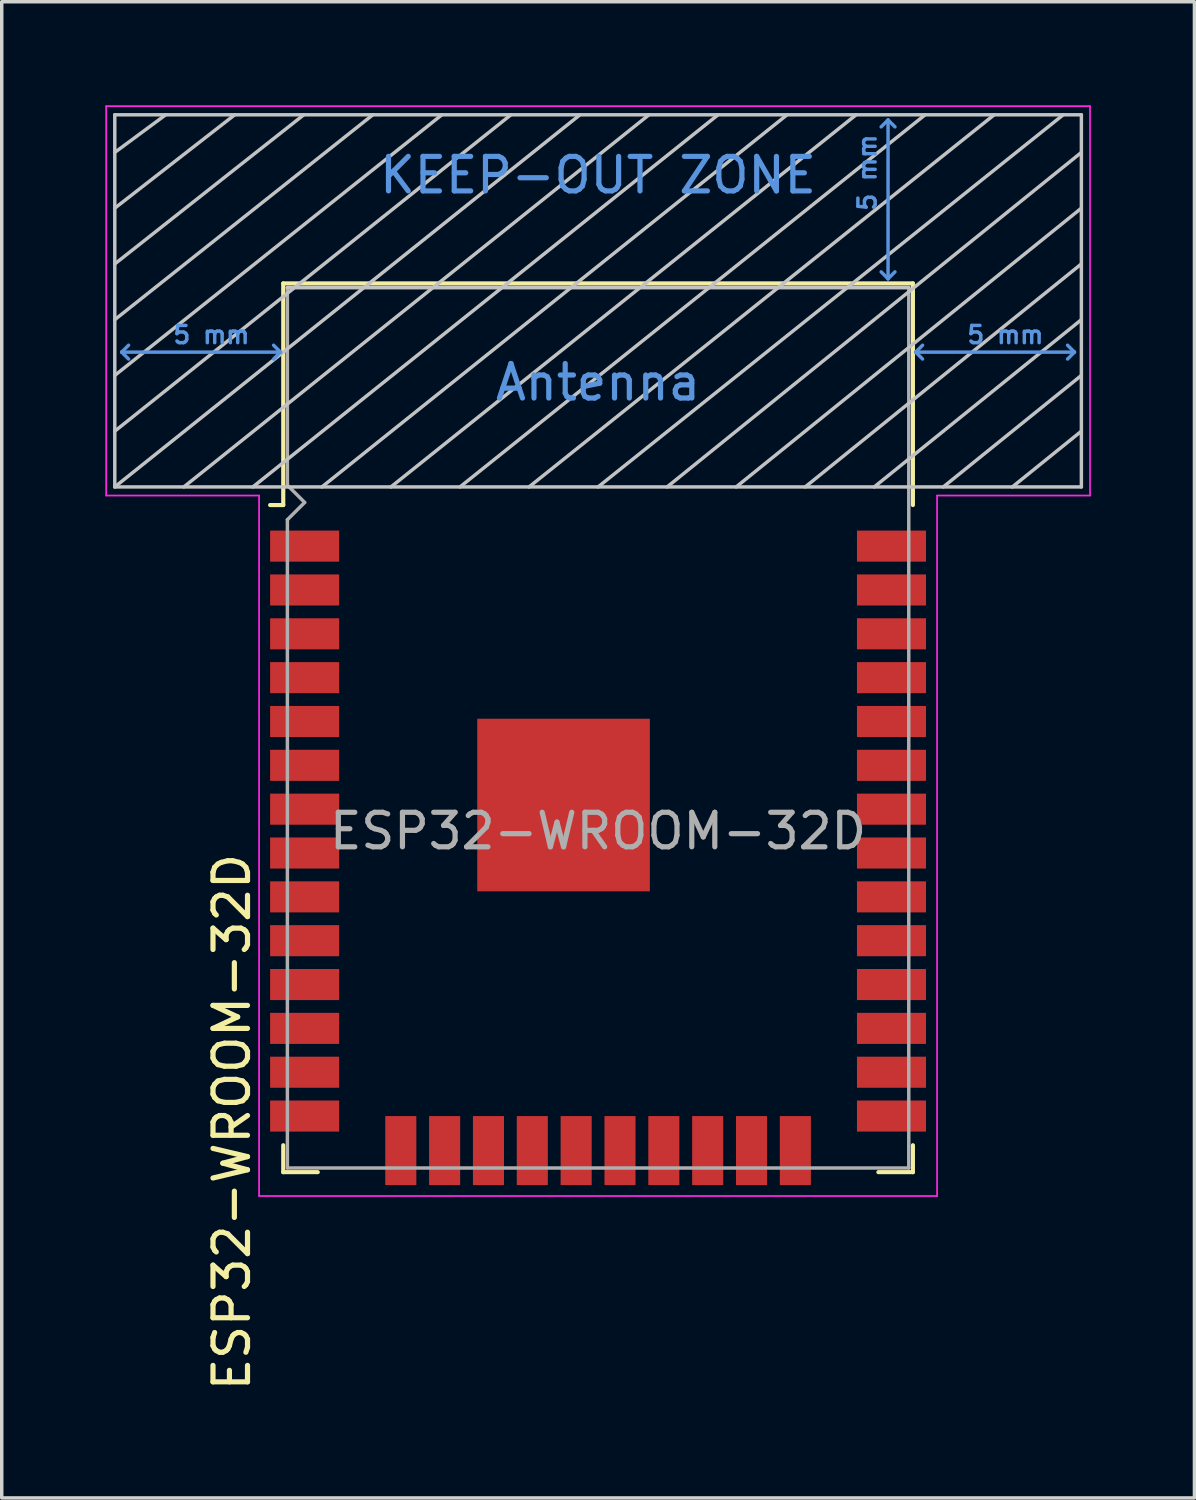
<source format=kicad_pcb>
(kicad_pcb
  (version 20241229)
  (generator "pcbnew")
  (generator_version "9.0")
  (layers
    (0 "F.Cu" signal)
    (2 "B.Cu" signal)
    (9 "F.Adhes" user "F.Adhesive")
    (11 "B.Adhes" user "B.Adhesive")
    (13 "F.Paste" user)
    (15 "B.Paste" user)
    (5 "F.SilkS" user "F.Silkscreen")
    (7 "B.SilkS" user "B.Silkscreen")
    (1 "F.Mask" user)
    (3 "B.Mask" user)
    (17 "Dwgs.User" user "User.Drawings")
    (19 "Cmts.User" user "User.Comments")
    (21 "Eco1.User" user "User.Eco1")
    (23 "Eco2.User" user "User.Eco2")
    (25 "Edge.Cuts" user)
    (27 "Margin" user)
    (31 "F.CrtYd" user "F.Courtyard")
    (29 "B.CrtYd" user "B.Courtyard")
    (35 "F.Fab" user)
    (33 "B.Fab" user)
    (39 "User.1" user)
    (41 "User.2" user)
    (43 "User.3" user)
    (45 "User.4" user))
  (footprint "ESP32-WROOM-32D"
    (layer "F.Cu")
    (at 14.275 21.025)
    (property "Reference" "ESP32-WROOM-32D" (at -10.61 8.43 90) (layer "F.SilkS") (effects (font (size 1 1) (thickness 0.15))))
    (attr smd)
    (fp_line (start -9.12 -15.865) (end -9.12 -9.445) (stroke (width 0.12) (type solid)) (layer "F.SilkS"))
    (fp_line (start -9.12 -15.865) (end 9.12 -15.865) (stroke (width 0.12) (type solid)) (layer "F.SilkS"))
    (fp_line (start -9.12 -9.445) (end -9.5 -9.445) (stroke (width 0.12) (type solid)) (layer "F.SilkS"))
    (fp_line (start -9.12 9.1) (end -9.12 9.88) (stroke (width 0.12) (type solid)) (layer "F.SilkS"))
    (fp_line (start -9.12 9.88) (end -8.12 9.88) (stroke (width 0.12) (type solid)) (layer "F.SilkS"))
    (fp_line (start 9.12 -15.865) (end 9.12 -9.445) (stroke (width 0.12) (type solid)) (layer "F.SilkS"))
    (fp_line (start 9.12 9.1) (end 9.12 9.88) (stroke (width 0.12) (type solid)) (layer "F.SilkS"))
    (fp_line (start 9.12 9.88) (end 8.12 9.88) (stroke (width 0.12) (type solid)) (layer "F.SilkS"))
    (fp_line (start -14 -9.97) (end -14 -20.75) (stroke (width 0.1) (type solid)) (layer "Dwgs.User"))
    (fp_line (start -12.525 -20.75) (end -14 -19.66) (stroke (width 0.1) (type solid)) (layer "Dwgs.User"))
    (fp_line (start -10.525 -20.75) (end -14 -18.045) (stroke (width 0.1) (type solid)) (layer "Dwgs.User"))
    (fp_line (start -9 -15.745) (end 9 -15.745) (stroke (width 0.1) (type solid)) (layer "Dwgs.User"))
    (fp_line (start -8.525 -20.75) (end -14 -16.43) (stroke (width 0.1) (type solid)) (layer "Dwgs.User"))
    (fp_line (start -8 -9.97) (end 5.475 -20.75) (stroke (width 0.1) (type solid)) (layer "Dwgs.User"))
    (fp_line (start -6.525 -20.75) (end -14 -14.815) (stroke (width 0.1) (type solid)) (layer "Dwgs.User"))
    (fp_line (start -4.525 -20.75) (end -14 -13.2) (stroke (width 0.1) (type solid)) (layer "Dwgs.User"))
    (fp_line (start -2.525 -20.75) (end -14 -11.585) (stroke (width 0.1) (type solid)) (layer "Dwgs.User"))
    (fp_line (start -0.525 -20.75) (end -14 -9.97) (stroke (width 0.1) (type solid)) (layer "Dwgs.User"))
    (fp_line (start 1.475 -20.75) (end -12 -9.97) (stroke (width 0.1) (type solid)) (layer "Dwgs.User"))
    (fp_line (start 3.475 -20.75) (end -10 -9.97) (stroke (width 0.1) (type solid)) (layer "Dwgs.User"))
    (fp_line (start 7.475 -20.75) (end -6 -9.97) (stroke (width 0.1) (type solid)) (layer "Dwgs.User"))
    (fp_line (start 9.475 -20.75) (end -4 -9.97) (stroke (width 0.1) (type solid)) (layer "Dwgs.User"))
    (fp_line (start 11.475 -20.75) (end -2 -9.97) (stroke (width 0.1) (type solid)) (layer "Dwgs.User"))
    (fp_line (start 13.475 -20.75) (end 0 -9.97) (stroke (width 0.1) (type solid)) (layer "Dwgs.User"))
    (fp_line (start 14 -20.75) (end -14 -20.75) (stroke (width 0.1) (type solid)) (layer "Dwgs.User"))
    (fp_line (start 14 -19.66) (end 2 -9.97) (stroke (width 0.1) (type solid)) (layer "Dwgs.User"))
    (fp_line (start 14 -18.045) (end 4 -9.97) (stroke (width 0.1) (type solid)) (layer "Dwgs.User"))
    (fp_line (start 14 -16.43) (end 6 -9.97) (stroke (width 0.1) (type solid)) (layer "Dwgs.User"))
    (fp_line (start 14 -14.815) (end 8 -9.97) (stroke (width 0.1) (type solid)) (layer "Dwgs.User"))
    (fp_line (start 14 -13.2) (end 10 -9.97) (stroke (width 0.1) (type solid)) (layer "Dwgs.User"))
    (fp_line (start 14 -11.585) (end 12 -9.97) (stroke (width 0.1) (type solid)) (layer "Dwgs.User"))
    (fp_line (start 14 -9.97) (end -14 -9.97) (stroke (width 0.1) (type solid)) (layer "Dwgs.User"))
    (fp_line (start 14 -9.97) (end 14 -20.75) (stroke (width 0.1) (type solid)) (layer "Dwgs.User"))
    (fp_line (start -13.8 -13.875) (end -13.6 -14.075) (stroke (width 0.1) (type solid)) (layer "Cmts.User"))
    (fp_line (start -13.8 -13.875) (end -13.6 -13.675) (stroke (width 0.1) (type solid)) (layer "Cmts.User"))
    (fp_line (start -13.8 -13.875) (end -9.2 -13.875) (stroke (width 0.1) (type solid)) (layer "Cmts.User"))
    (fp_line (start -9.2 -13.875) (end -9.4 -14.075) (stroke (width 0.1) (type solid)) (layer "Cmts.User"))
    (fp_line (start -9.2 -13.875) (end -9.4 -13.675) (stroke (width 0.1) (type solid)) (layer "Cmts.User"))
    (fp_line (start 8.4 -20.6) (end 8.2 -20.4) (stroke (width 0.1) (type solid)) (layer "Cmts.User"))
    (fp_line (start 8.4 -20.6) (end 8.6 -20.4) (stroke (width 0.1) (type solid)) (layer "Cmts.User"))
    (fp_line (start 8.4 -16) (end 8.2 -16.2) (stroke (width 0.1) (type solid)) (layer "Cmts.User"))
    (fp_line (start 8.4 -16) (end 8.4 -20.6) (stroke (width 0.1) (type solid)) (layer "Cmts.User"))
    (fp_line (start 8.4 -16) (end 8.6 -16.2) (stroke (width 0.1) (type solid)) (layer "Cmts.User"))
    (fp_line (start 9.2 -13.875) (end 9.4 -14.075) (stroke (width 0.1) (type solid)) (layer "Cmts.User"))
    (fp_line (start 9.2 -13.875) (end 9.4 -13.675) (stroke (width 0.1) (type solid)) (layer "Cmts.User"))
    (fp_line (start 9.2 -13.875) (end 13.8 -13.875) (stroke (width 0.1) (type solid)) (layer "Cmts.User"))
    (fp_line (start 13.8 -13.875) (end 13.6 -14.075) (stroke (width 0.1) (type solid)) (layer "Cmts.User"))
    (fp_line (start 13.8 -13.875) (end 13.6 -13.675) (stroke (width 0.1) (type solid)) (layer "Cmts.User"))
    (fp_line (start -14.25 -21) (end -14.25 -9.72) (stroke (width 0.05) (type solid)) (layer "F.CrtYd"))
    (fp_line (start -14.25 -21) (end 14.25 -21) (stroke (width 0.05) (type solid)) (layer "F.CrtYd"))
    (fp_line (start -14.25 -9.72) (end -9.82 -9.72) (stroke (width 0.05) (type solid)) (layer "F.CrtYd"))
    (fp_line (start -9.82 10.57) (end -9.82 -9.72) (stroke (width 0.05) (type solid)) (layer "F.CrtYd"))
    (fp_line (start -9.82 10.57) (end 9.82 10.57) (stroke (width 0.05) (type solid)) (layer "F.CrtYd"))
    (fp_line (start 9.82 -9.72) (end 9.82 10.57) (stroke (width 0.05) (type solid)) (layer "F.CrtYd"))
    (fp_line (start 9.82 -9.72) (end 14.25 -9.72) (stroke (width 0.05) (type solid)) (layer "F.CrtYd"))
    (fp_line (start 14.25 -21) (end 14.25 -9.72) (stroke (width 0.05) (type solid)) (layer "F.CrtYd"))
    (fp_line (start -9 -15.745) (end -9 -10.02) (stroke (width 0.1) (type solid)) (layer "F.Fab"))
    (fp_line (start -9 -15.745) (end 9 -15.745) (stroke (width 0.1) (type solid)) (layer "F.Fab"))
    (fp_line (start -9 -9.02) (end -9 9.76) (stroke (width 0.1) (type solid)) (layer "F.Fab"))
    (fp_line (start -9 -9.02) (end -8.5 -9.52) (stroke (width 0.1) (type solid)) (layer "F.Fab"))
    (fp_line (start -9 9.76) (end 9 9.76) (stroke (width 0.1) (type solid)) (layer "F.Fab"))
    (fp_line (start -8.5 -9.52) (end -9 -10.02) (stroke (width 0.1) (type solid)) (layer "F.Fab"))
    (fp_line (start 9 9.76) (end 9 -15.745) (stroke (width 0.1) (type solid)) (layer "F.Fab"))
    (fp_text user "Antenna" (at 0 -13 0) (layer "Cmts.User") (effects (font (size 1 1) (thickness 0.15))))
    (fp_text user "5 mm" (at 7.8 -19.075 90) (layer "Cmts.User") (effects (font (size 0.5 0.5) (thickness 0.1))))
    (fp_text user "5 mm" (at 11.8 -14.375 0) (layer "Cmts.User") (effects (font (size 0.5 0.5) (thickness 0.1))))
    (fp_text user "5 mm" (at -11.2 -14.375 0) (layer "Cmts.User") (effects (font (size 0.5 0.5) (thickness 0.1))))
    (fp_text user "KEEP-OUT ZONE" (at 0 -19 0) (layer "Cmts.User") (effects (font (size 1 1) (thickness 0.15))))
    (fp_text user "${REFERENCE}" (at 0 0 0) (layer "F.Fab") (effects (font (size 1 1) (thickness 0.15))))
    (pad "1" smd rect (at -8.5 -8.255) (size 2 0.9) (layers "F.Cu" "F.Mask" "F.Paste"))
    (pad "2" smd rect (at -8.5 -6.985) (size 2 0.9) (layers "F.Cu" "F.Mask" "F.Paste"))
    (pad "3" smd rect (at -8.5 -5.715) (size 2 0.9) (layers "F.Cu" "F.Mask" "F.Paste"))
    (pad "4" smd rect (at -8.5 -4.445) (size 2 0.9) (layers "F.Cu" "F.Mask" "F.Paste"))
    (pad "5" smd rect (at -8.5 -3.175) (size 2 0.9) (layers "F.Cu" "F.Mask" "F.Paste"))
    (pad "6" smd rect (at -8.5 -1.905) (size 2 0.9) (layers "F.Cu" "F.Mask" "F.Paste"))
    (pad "7" smd rect (at -8.5 -0.635) (size 2 0.9) (layers "F.Cu" "F.Mask" "F.Paste"))
    (pad "8" smd rect (at -8.5 0.635) (size 2 0.9) (layers "F.Cu" "F.Mask" "F.Paste"))
    (pad "9" smd rect (at -8.5 1.905) (size 2 0.9) (layers "F.Cu" "F.Mask" "F.Paste"))
    (pad "10" smd rect (at -8.5 3.175) (size 2 0.9) (layers "F.Cu" "F.Mask" "F.Paste"))
    (pad "11" smd rect (at -8.5 4.445) (size 2 0.9) (layers "F.Cu" "F.Mask" "F.Paste"))
    (pad "12" smd rect (at -8.5 5.715) (size 2 0.9) (layers "F.Cu" "F.Mask" "F.Paste"))
    (pad "13" smd rect (at -8.5 6.985) (size 2 0.9) (layers "F.Cu" "F.Mask" "F.Paste"))
    (pad "14" smd rect (at -8.5 8.255) (size 2 0.9) (layers "F.Cu" "F.Mask" "F.Paste"))
    (pad "15" smd rect (at -5.715 9.255 90) (size 2 0.9) (layers "F.Cu" "F.Mask" "F.Paste"))
    (pad "16" smd rect (at -4.445 9.255 90) (size 2 0.9) (layers "F.Cu" "F.Mask" "F.Paste"))
    (pad "17" smd rect (at -3.175 9.255 90) (size 2 0.9) (layers "F.Cu" "F.Mask" "F.Paste"))
    (pad "18" smd rect (at -1.905 9.255 90) (size 2 0.9) (layers "F.Cu" "F.Mask" "F.Paste"))
    (pad "19" smd rect (at -0.635 9.255 90) (size 2 0.9) (layers "F.Cu" "F.Mask" "F.Paste"))
    (pad "20" smd rect (at 0.635 9.255 90) (size 2 0.9) (layers "F.Cu" "F.Mask" "F.Paste"))
    (pad "21" smd rect (at 1.905 9.255 90) (size 2 0.9) (layers "F.Cu" "F.Mask" "F.Paste"))
    (pad "22" smd rect (at 3.175 9.255 90) (size 2 0.9) (layers "F.Cu" "F.Mask" "F.Paste"))
    (pad "23" smd rect (at 4.445 9.255 90) (size 2 0.9) (layers "F.Cu" "F.Mask" "F.Paste"))
    (pad "24" smd rect (at 5.715 9.255 90) (size 2 0.9) (layers "F.Cu" "F.Mask" "F.Paste"))
    (pad "25" smd rect (at 8.5 8.255) (size 2 0.9) (layers "F.Cu" "F.Mask" "F.Paste"))
    (pad "26" smd rect (at 8.5 6.985) (size 2 0.9) (layers "F.Cu" "F.Mask" "F.Paste"))
    (pad "27" smd rect (at 8.5 5.715) (size 2 0.9) (layers "F.Cu" "F.Mask" "F.Paste"))
    (pad "28" smd rect (at 8.5 4.445) (size 2 0.9) (layers "F.Cu" "F.Mask" "F.Paste"))
    (pad "29" smd rect (at 8.5 3.175) (size 2 0.9) (layers "F.Cu" "F.Mask" "F.Paste"))
    (pad "30" smd rect (at 8.5 1.905) (size 2 0.9) (layers "F.Cu" "F.Mask" "F.Paste"))
    (pad "31" smd rect (at 8.5 0.635) (size 2 0.9) (layers "F.Cu" "F.Mask" "F.Paste"))
    (pad "32" smd rect (at 8.5 -0.635) (size 2 0.9) (layers "F.Cu" "F.Mask" "F.Paste"))
    (pad "33" smd rect (at 8.5 -1.905) (size 2 0.9) (layers "F.Cu" "F.Mask" "F.Paste"))
    (pad "34" smd rect (at 8.5 -3.175) (size 2 0.9) (layers "F.Cu" "F.Mask" "F.Paste"))
    (pad "35" smd rect (at 8.5 -4.445) (size 2 0.9) (layers "F.Cu" "F.Mask" "F.Paste"))
    (pad "36" smd rect (at 8.5 -5.715) (size 2 0.9) (layers "F.Cu" "F.Mask" "F.Paste"))
    (pad "37" smd rect (at 8.5 -6.985) (size 2 0.9) (layers "F.Cu" "F.Mask" "F.Paste"))
    (pad "38" smd rect (at 8.5 -8.255) (size 2 0.9) (layers "F.Cu" "F.Mask" "F.Paste"))
    (pad "39" smd rect (at -1 -0.755) (size 5 5) (layers "F.Cu" "F.Mask" "F.Paste")))
  (gr_rect
    (start -3 -3)
    (end 31.55 40.342)
    (stroke (width 0.1) (type default))
    (fill no)
    (layer "Edge.Cuts")))
</source>
